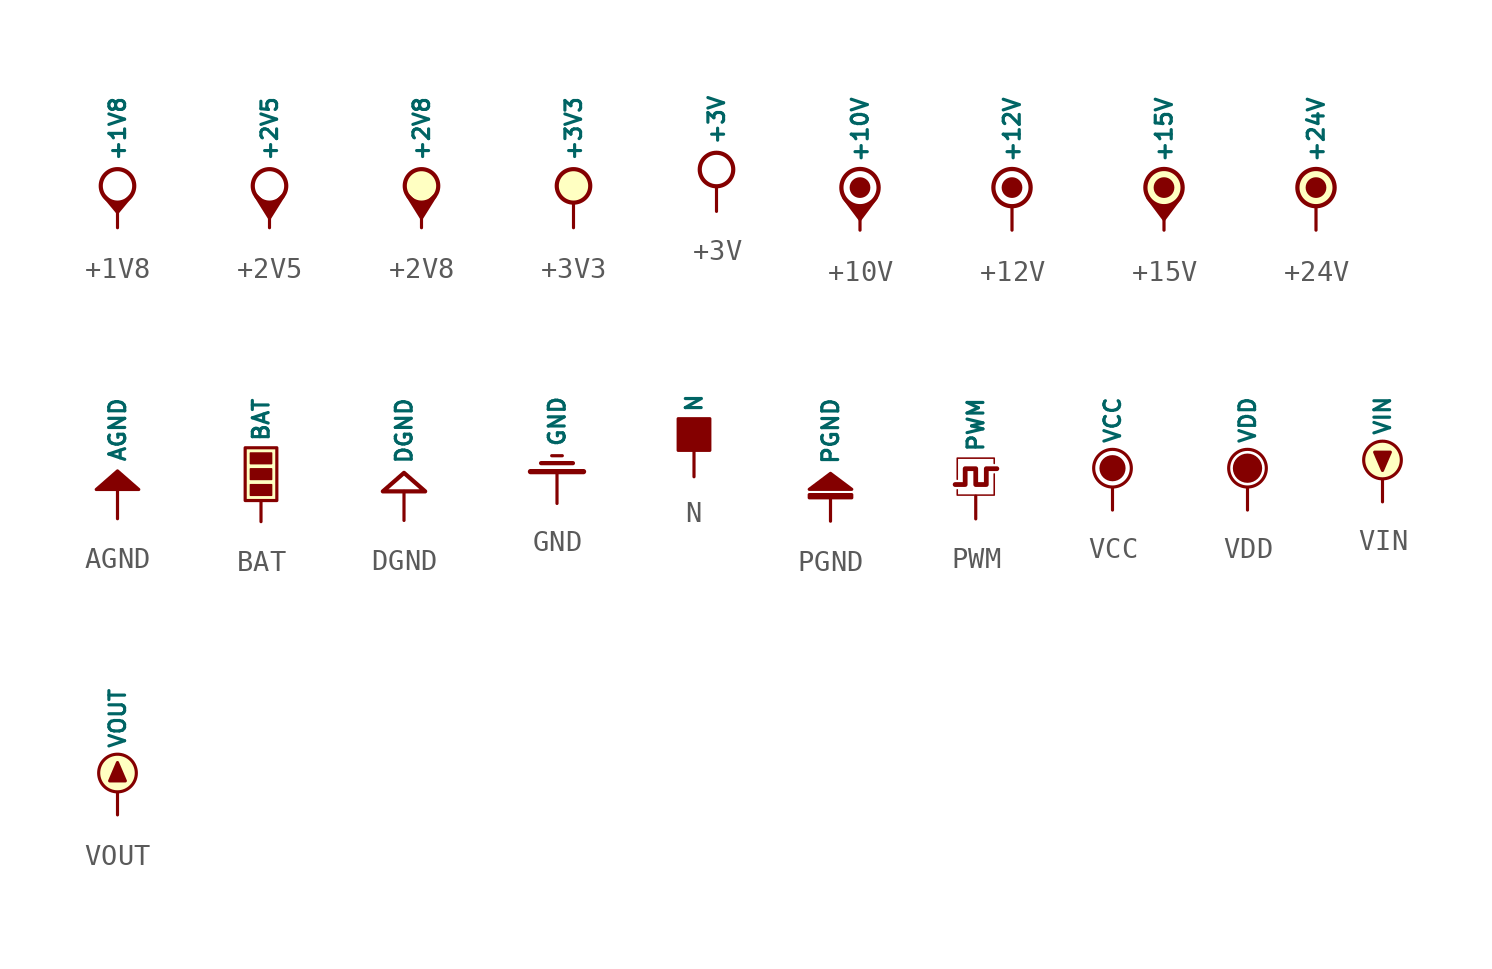
<source format=kicad_sym>
(kicad_symbol_lib
  (version 20220914)
  (generator kicad_symbol_editor)
  (symbol "+1V8"
    (power)
    (pin_names
      (offset 0))
    (property "Reference" "#PWR"
      (at 0 -1.27 0)
      (effects (font (size 0.762 0.762)) hide))
    (property "Value" "+1V8"
      (at 0 3.175 90)
      (effects (font (size 0.762 0.762)) (justify left)))
    (symbol "+1V8_0_1"
      (polyline (pts (xy 0 0) (xy 0 1.143)) (stroke (width 0) (type solid)) (fill (type none)))
      (polyline (pts (xy -0.635 1.524) (xy -0.254 1.143) (xy 0.254 1.143) (xy 0.635 1.524) (xy 0 0.762) (xy -0.635 1.524)) (stroke (width 0.178) (type solid)) (fill (type outline)))
      (circle (center 0 2.032) (radius 0.813) (stroke (width 0.203) (type solid)) (fill (type none))))
    (symbol "+1V8_1_1"
      (pin power_in line (at 0 0 90) (length 0) hide (name "+1V8" (effects (font (size 0.254 0.254)))) (number "1" (effects (font (size 0.254 0.254)))))))
  (symbol "+2V5"
    (power)
    (pin_names
      (offset 0))
    (property "Reference" "#PWR"
      (at 0 -1.27 0)
      (effects (font (size 0.762 0.762)) hide))
    (property "Value" "+2V5"
      (at 0 3.175 90)
      (effects (font (size 0.762 0.762)) (justify left)))
    (symbol "+2V5_0_1"
      (polyline (pts (xy 0 0) (xy 0 1.143)) (stroke (width 0) (type solid)) (fill (type none)))
      (polyline (pts (xy -0.254 1.143) (xy 0.254 1.143) (xy 0.635 1.524) (xy 0 0.508) (xy -0.635 1.524) (xy -0.254 1.143)) (stroke (width 0.203) (type solid)) (fill (type outline)))
      (circle (center 0 2.032) (radius 0.813) (stroke (width 0.203) (type solid)) (fill (type none))))
    (symbol "+2V5_1_1"
      (pin power_in line (at 0 0 90) (length 0) hide (name "+2V5" (effects (font (size 0.254 0.254)))) (number "1" (effects (font (size 0.254 0.254)))))))
  (symbol "+2V8"
    (power)
    (pin_names
      (offset 0))
    (property "Reference" "#PWR"
      (at 0 -1.27 0)
      (effects (font (size 0.762 0.762)) hide))
    (property "Value" "+2V8"
      (at 0 3.175 90)
      (effects (font (size 0.762 0.762)) (justify left)))
    (symbol "+2V8_0_1"
      (polyline (pts (xy 0 0) (xy 0 1.143)) (stroke (width 0) (type solid)) (fill (type none)))
      (polyline (pts (xy -0.254 1.143) (xy 0.254 1.143) (xy 0.635 1.524) (xy 0 0.508) (xy -0.635 1.524) (xy -0.254 1.143)) (stroke (width 0.203) (type solid)) (fill (type outline)))
      (circle (center 0 2.032) (radius 0.813) (stroke (width 0.203) (type solid)) (fill (type background))))
    (symbol "+2V8_1_1"
      (pin power_in line (at 0 0 90) (length 0) hide (name "+2V8" (effects (font (size 0.254 0.254)))) (number "1" (effects (font (size 0.254 0.254)))))))
  (symbol "+3V3"
    (power)
    (pin_names
      (offset 0))
    (property "Reference" "#PWR"
      (at 0 -1.27 0)
      (effects (font (size 0.762 0.762)) hide))
    (property "Value" "+3V3"
      (at 0 3.175 90)
      (effects (font (size 0.762 0.762)) (justify left)))
    (symbol "+3V3_0_1"
      (polyline (pts (xy 0 0) (xy 0 1.143)) (stroke (width 0) (type solid)) (fill (type none)))
      (circle (center 0 2.032) (radius 0.813) (stroke (width 0.203) (type solid)) (fill (type background))))
    (symbol "+3V3_1_1"
      (pin power_in line (at 0 0 90) (length 0) hide (name "+3V3" (effects (font (size 0.254 0.254)))) (number "1" (effects (font (size 0.254 0.254)))))))
  (symbol "+3V"
    (power)
    (pin_names
      (offset 0))
    (property "Reference" "#PWR"
      (at 0 -1.27 0)
      (effects (font (size 0.762 0.762)) hide))
    (property "Value" "+3V"
      (at 0 3.175 90)
      (effects (font (size 0.762 0.762)) (justify left)))
    (symbol "+3V_0_1"
      (polyline (pts (xy 0 0) (xy 0 1.143)) (stroke (width 0) (type solid)) (fill (type none)))
      (circle (center 0 2.032) (radius 0.813) (stroke (width 0.203) (type solid)) (fill (type none))))
    (symbol "+3V_1_1"
      (pin power_in line (at 0 0 90) (length 0) hide (name "+3V" (effects (font (size 0.254 0.254)))) (number "1" (effects (font (size 0.254 0.254)))))))
  (symbol "+10V"
    (power)
    (pin_names
      (offset 0))
    (property "Reference" "#PWR"
      (at 0 -1.27 0)
      (effects (font (size 0.762 0.762)) hide))
    (property "Value" "+10V"
      (at 0 3.175 90)
      (effects (font (size 0.762 0.762)) (justify left)))
    (symbol "+10V_0_1"
      (polyline (pts (xy 0 0) (xy 0 1.143)) (stroke (width 0) (type solid)) (fill (type none)))
      (circle (center 0 2.032) (radius 0.457) (stroke (width 0.076) (type solid)) (fill (type outline))))
    (symbol "+10V_1_1"
      (polyline (pts (xy 0 0.508) (xy -0.762 1.524) (xy -0.381 1.143) (xy 0 1.016) (xy 0.381 1.143) (xy 0.762 1.524) (xy 0 0.508)) (stroke (width 0) (type default)) (fill (type outline)))
      (circle (center 0 2.032) (radius 0.889) (stroke (width 0.203) (type solid)) (fill (type none)))
      (pin power_in line (at 0 0 90) (length 0) hide (name "+10V" (effects (font (size 0.254 0.254)))) (number "1" (effects (font (size 0.254 0.254)))))))
  (symbol "+12V"
    (power)
    (pin_names
      (offset 0))
    (property "Reference" "#PWR"
      (at 0 -1.27 0)
      (effects (font (size 0.762 0.762)) hide))
    (property "Value" "+12V"
      (at 0 3.175 90)
      (effects (font (size 0.762 0.762)) (justify left)))
    (symbol "+12V_0_1"
      (polyline (pts (xy 0 0) (xy 0 1.143)) (stroke (width 0) (type solid)) (fill (type none)))
      (circle (center 0 2.032) (radius 0.457) (stroke (width 0.076) (type solid)) (fill (type outline)))
      (circle (center 0 2.032) (radius 0.889) (stroke (width 0.203) (type solid)) (fill (type none))))
    (symbol "+12V_1_1"
      (pin power_in line (at 0 0 90) (length 0) hide (name "+12V" (effects (font (size 0.254 0.254)))) (number "1" (effects (font (size 0.254 0.254)))))))
  (symbol "+15V"
    (power)
    (pin_names
      (offset 0))
    (property "Reference" "#PWR"
      (at 0 -1.27 0)
      (effects (font (size 0.762 0.762)) hide))
    (property "Value" "+15V"
      (at 0 3.175 90)
      (effects (font (size 0.762 0.762)) (justify left)))
    (symbol "+15V_0_1"
      (polyline (pts (xy 0 0) (xy 0 1.143)) (stroke (width 0) (type solid)) (fill (type none)))
      (circle (center 0 2.032) (radius 0.457) (stroke (width 0.076) (type solid)) (fill (type outline)))
      (circle (center 0 2.032) (radius 0.889) (stroke (width 0.203) (type solid)) (fill (type background))))
    (symbol "+15V_1_1"
      (polyline (pts (xy 0 0.508) (xy -0.762 1.524) (xy -0.381 1.143) (xy 0 1.016) (xy 0.381 1.143) (xy 0.762 1.524) (xy 0 0.508)) (stroke (width 0) (type default)) (fill (type outline)))
      (pin power_in line (at 0 0 90) (length 0) hide (name "+15V" (effects (font (size 0.254 0.254)))) (number "1" (effects (font (size 0.254 0.254)))))))
  (symbol "+24V"
    (power)
    (pin_names
      (offset 0))
    (property "Reference" "#PWR"
      (at 0 -1.27 0)
      (effects (font (size 0.762 0.762)) hide))
    (property "Value" "+24V"
      (at 0 3.175 90)
      (effects (font (size 0.762 0.762)) (justify left)))
    (symbol "+24V_0_1"
      (polyline (pts (xy 0 0) (xy 0 1.143)) (stroke (width 0) (type solid)) (fill (type none)))
      (circle (center 0 2.032) (radius 0.457) (stroke (width 0.076) (type solid)) (fill (type outline)))
      (circle (center 0 2.032) (radius 0.889) (stroke (width 0.203) (type solid)) (fill (type background))))
    (symbol "+24V_1_1"
      (pin power_in line (at 0 0 90) (length 0) hide (name "+24V" (effects (font (size 0.254 0.254)))) (number "1" (effects (font (size 0.254 0.254)))))))
  (symbol "AGND"
    (power)
    (pin_names
      (offset 0))
    (property "Reference" "#PWR"
      (at 0 -1.27 0)
      (effects (font (size 0.762 0.762)) hide))
    (property "Value" "AGND"
      (at 0 2.667 90)
      (effects (font (size 0.762 0.762)) (justify left)))
    (symbol "AGND_0_1"
      (polyline (pts (xy 0 0) (xy 0 1.397)) (stroke (width 0) (type solid)) (fill (type none)))
      (polyline (pts (xy -1.016 1.397) (xy 1.016 1.397) (xy 0 2.286) (xy -1.016 1.397)) (stroke (width 0) (type solid)) (fill (type outline))))
    (symbol "AGND_1_1"
      (pin power_in line (at 0 0 90) (length 0) hide (name "AGND" (effects (font (size 0.254 0.254)))) (number "1" (effects (font (size 0.254 0.254)))))))
  (symbol "BAT"
    (power)
    (pin_names
      (offset 0))
    (property "Reference" "#PWR"
      (at 0 -1.27 0)
      (effects (font (size 0.762 0.762)) hide))
    (property "Value" "BAT"
      (at 0 3.81 90)
      (effects (font (size 0.762 0.762)) (justify left)))
    (symbol "BAT_0_1"
      (rectangle (start -0.762 3.556) (end 0.762 1.016) (stroke (width 0) (type solid)) (fill (type background)))
      (rectangle (start -0.508 1.27) (end 0.508 1.778) (stroke (width 0.076) (type solid)) (fill (type outline)))
      (rectangle (start -0.508 2.032) (end 0.508 2.54) (stroke (width 0.076) (type solid)) (fill (type outline)))
      (rectangle (start -0.508 2.794) (end 0.508 3.302) (stroke (width 0.076) (type solid)) (fill (type outline)))
      (polyline (pts (xy 0 0) (xy 0 1.016)) (stroke (width 0) (type solid)) (fill (type none))))
    (symbol "BAT_1_1"
      (pin power_in line (at 0 0 90) (length 0) hide (name "BAT" (effects (font (size 0.254 0.254)))) (number "1" (effects (font (size 0.254 0.254)))))))
  (symbol "DGND"
    (power)
    (pin_names
      (offset 0))
    (property "Reference" "#PWR"
      (at 0 -1.27 0)
      (effects (font (size 0.762 0.762)) hide))
    (property "Value" "DGND"
      (at 0 2.667 90)
      (effects (font (size 0.762 0.762)) (justify left)))
    (symbol "DGND_0_1"
      (polyline (pts (xy 0 0) (xy 0 1.397)) (stroke (width 0) (type solid)) (fill (type none)))
      (polyline (pts (xy -1.016 1.397) (xy 1.016 1.397) (xy 0 2.286) (xy -1.016 1.397)) (stroke (width 0.203) (type solid)) (fill (type none))))
    (symbol "DGND_1_1"
      (pin power_in line (at 0 0 90) (length 0) hide (name "DGND" (effects (font (size 0.254 0.254)))) (number "1" (effects (font (size 0.254 0.254)))))))
  (symbol "GND"
    (power)
    (pin_names
      (offset 0))
    (property "Reference" "#PWR"
      (at 0 -1.27 0)
      (effects (font (size 0.762 0.762)) hide))
    (property "Value" "GND"
      (at 0 2.667 90)
      (effects (font (size 0.762 0.762)) (justify left)))
    (symbol "GND_0_1"
      (polyline (pts (xy -1.27 1.524) (xy 1.27 1.524)) (stroke (width 0.254) (type solid)) (fill (type none)))
      (polyline (pts (xy -0.762 1.93) (xy 0.762 1.93)) (stroke (width 0.203) (type solid)) (fill (type none)))
      (polyline (pts (xy -0.254 2.286) (xy 0.254 2.286)) (stroke (width 0) (type solid)) (fill (type none)))
      (polyline (pts (xy 0 0) (xy 0 1.524)) (stroke (width 0) (type solid)) (fill (type none))))
    (symbol "GND_1_1"
      (pin power_in line (at 0 0 90) (length 0) hide (name "GND" (effects (font (size 0.254 0.254)))) (number "1" (effects (font (size 0.254 0.254)))))))
  (symbol "N"
    (power)
    (pin_names
      (offset 0))
    (property "Reference" "#PWR"
      (at 0 -1.27 0)
      (effects (font (size 0.762 0.762)) hide))
    (property "Value" "N"
      (at 0 3.048 90)
      (effects (font (size 0.762 0.762)) (justify left)))
    (symbol "N_0_1"
      (polyline (pts (xy 0 0) (xy 0 1.27)) (stroke (width 0) (type solid)) (fill (type none)))
      (rectangle (start 0.762 1.27) (end -0.762 2.794) (stroke (width 0) (type solid)) (fill (type outline))))
    (symbol "N_1_1"
      (pin power_in line (at 0 0 90) (length 0) hide (name "N" (effects (font (size 0.254 0.254)))) (number "1" (effects (font (size 0.254 0.254)))))))
  (symbol "PGND"
    (power)
    (pin_names
      (offset 0))
    (property "Reference" "#PWR"
      (at 0 -1.27 0)
      (effects (font (size 0.762 0.762)) hide))
    (property "Value" "PGND"
      (at 0 2.667 90)
      (effects (font (size 0.762 0.762)) (justify left)))
    (symbol "PGND_0_1"
      (rectangle (start -1.016 1.27) (end 1.016 1.118) (stroke (width 0) (type solid)) (fill (type outline)))
      (polyline (pts (xy 0 0) (xy 0 1.067)) (stroke (width 0) (type solid)) (fill (type none)))
      (polyline (pts (xy -1.016 1.524) (xy 1.016 1.524) (xy 0 2.286) (xy -1.016 1.524)) (stroke (width 0) (type solid)) (fill (type outline))))
    (symbol "PGND_1_1"
      (pin power_in line (at 0 0 90) (length 0) hide (name "PGND" (effects (font (size 0.254 0.254)))) (number "1" (effects (font (size 0.254 0.254)))))))
  (symbol "PWM"
    (power)
    (pin_names
      (offset 0))
    (property "Reference" "#PWR"
      (at 0 -1.27 0)
      (effects (font (size 0.762 0.762)) hide))
    (property "Value" "PWM"
      (at 0 3.175 90)
      (effects (font (size 0.762 0.762)) (justify left)))
    (symbol "PWM_0_1"
      (polyline (pts (xy 0 0) (xy 0 1.092)) (stroke (width 0) (type solid)) (fill (type none)))
      (polyline (pts (xy -0.889 1.905) (xy -0.889 2.921) (xy 0.889 2.921) (xy 0.889 2.667)) (stroke (width 0.076) (type solid)) (fill (type none)))
      (polyline (pts (xy 0.889 2.159) (xy 0.889 1.143) (xy -0.889 1.143) (xy -0.889 1.397)) (stroke (width 0.076) (type solid)) (fill (type none)))
      (polyline (pts (xy -0.991 1.651) (xy -0.508 1.651) (xy -0.508 2.413) (xy 0 2.413) (xy 0 1.651) (xy 0.508 1.651) (xy 0.508 2.413) (xy 1.016 2.413)) (stroke (width 0.229) (type solid)) (fill (type none))))
    (symbol "PWM_1_1"
      (pin power_in line (at 0 0 90) (length 0) hide (name "PWM" (effects (font (size 0.254 0.254)))) (number "1" (effects (font (size 0.254 0.254)))))))
  (symbol "VCC"
    (power)
    (pin_names
      (offset 0))
    (property "Reference" "#PWR"
      (at 0 -1.27 0)
      (effects (font (size 0.762 0.762)) hide))
    (property "Value" "VCC"
      (at 0 3.175 90)
      (effects (font (size 0.762 0.762)) (justify left)))
    (symbol "VCC_0_1"
      (polyline (pts (xy 0 0) (xy 0 1.067)) (stroke (width 0) (type solid)) (fill (type none)))
      (circle (center 0 2.032) (radius 0.559) (stroke (width 0) (type solid)) (fill (type outline)))
      (circle (center 0 2.032) (radius 0.914) (stroke (width 0) (type solid)) (fill (type none))))
    (symbol "VCC_1_1"
      (pin power_in line (at 0 0 90) (length 0) hide (name "VCC" (effects (font (size 0.254 0.254)))) (number "1" (effects (font (size 0.254 0.254)))))))
  (symbol "VDD"
    (power)
    (pin_names
      (offset 0))
    (property "Reference" "#PWR"
      (at 0 -1.27 0)
      (effects (font (size 0.762 0.762)) hide))
    (property "Value" "VDD"
      (at 0 3.175 90)
      (effects (font (size 0.762 0.762)) (justify left)))
    (symbol "VDD_0_1"
      (polyline (pts (xy 0 0) (xy 0 1.067)) (stroke (width 0) (type solid)) (fill (type none)))
      (circle (center 0 2.032) (radius 0.635) (stroke (width 0) (type solid)) (fill (type outline)))
      (circle (center 0 2.032) (radius 0.914) (stroke (width 0) (type solid)) (fill (type none))))
    (symbol "VDD_1_1"
      (pin power_in line (at 0 0 90) (length 0) hide (name "VDD" (effects (font (size 0.254 0.254)))) (number "1" (effects (font (size 0.254 0.254)))))))
  (symbol "VIN"
    (power)
    (pin_names
      (offset 0))
    (property "Reference" "#PWR"
      (at 0 -1.27 0)
      (effects (font (size 0.762 0.762)) hide))
    (property "Value" "VIN"
      (at 0 3.175 90)
      (effects (font (size 0.762 0.762)) (justify left)))
    (symbol "VIN_0_1"
      (polyline (pts (xy 0 0) (xy 0 1.067)) (stroke (width 0) (type solid)) (fill (type none)))
      (polyline (pts (xy -0.381 2.413) (xy 0.381 2.413) (xy 0 1.524) (xy -0.381 2.413)) (stroke (width 0) (type solid)) (fill (type outline)))
      (circle (center 0 2.032) (radius 0.914) (stroke (width 0) (type solid)) (fill (type background))))
    (symbol "VIN_1_1"
      (pin power_in line (at 0 0 90) (length 0) hide (name "VIN" (effects (font (size 0.254 0.254)))) (number "1" (effects (font (size 0.254 0.254)))))))
  (symbol "VOUT"
    (power)
    (pin_names
      (offset 0))
    (property "Reference" "#PWR"
      (at 0 -1.27 0)
      (effects (font (size 0.762 0.762)) hide))
    (property "Value" "VOUT"
      (at 0 3.175 90)
      (effects (font (size 0.762 0.762)) (justify left)))
    (symbol "VOUT_0_1"
      (polyline (pts (xy 0 0) (xy 0 1.067)) (stroke (width 0) (type solid)) (fill (type none)))
      (circle (center 0 2.032) (radius 0.914) (stroke (width 0) (type solid)) (fill (type background))))
    (symbol "VOUT_1_1"
      (polyline (pts (xy 0.381 1.651) (xy -0.381 1.651) (xy 0 2.54) (xy 0.381 1.651)) (stroke (width 0) (type solid)) (fill (type outline)))
      (pin power_in line (at 0 0 90) (length 0) hide (name "VOUT" (effects (font (size 0.254 0.254)))) (number "1" (effects (font (size 0.254 0.254))))))))
</source>
